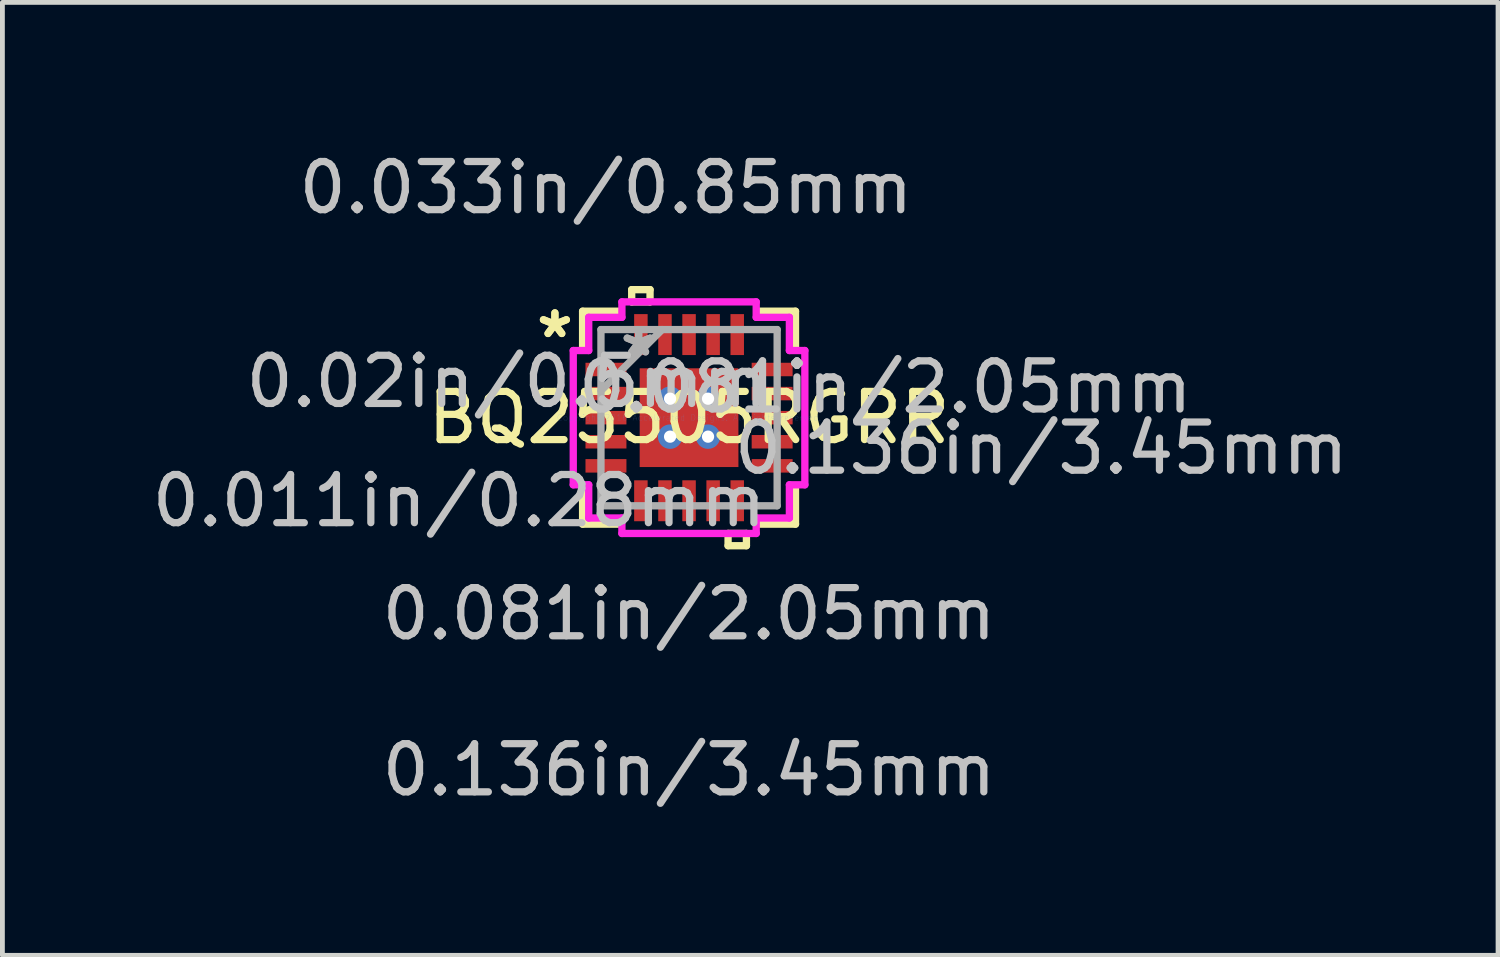
<source format=kicad_pcb>
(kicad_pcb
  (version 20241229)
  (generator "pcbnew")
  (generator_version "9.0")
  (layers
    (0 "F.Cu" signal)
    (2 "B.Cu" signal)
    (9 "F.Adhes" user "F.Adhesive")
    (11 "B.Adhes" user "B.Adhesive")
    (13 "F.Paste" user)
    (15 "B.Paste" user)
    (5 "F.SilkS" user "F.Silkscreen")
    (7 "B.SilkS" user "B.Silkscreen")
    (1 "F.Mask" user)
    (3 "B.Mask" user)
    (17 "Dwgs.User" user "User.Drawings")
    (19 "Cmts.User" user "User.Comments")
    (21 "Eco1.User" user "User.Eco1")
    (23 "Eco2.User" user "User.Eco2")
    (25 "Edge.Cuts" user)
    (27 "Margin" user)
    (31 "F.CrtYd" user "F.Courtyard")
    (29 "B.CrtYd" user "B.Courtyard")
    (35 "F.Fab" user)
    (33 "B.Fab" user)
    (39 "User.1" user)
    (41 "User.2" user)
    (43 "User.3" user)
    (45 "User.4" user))
  (footprint "BQ25505RGRR"
    (layer "F.Cu")
    (at 11.255 5.621)
    (property "Reference" "BQ25505RGRR" (at 0 0 0) (layer "F.SilkS") (effects (font (size 1 1) (thickness 0.15))))
    (attr through_hole)
    (fp_line (start -1.089 -1.089) (end -0.594 -1.089) (stroke (width 0.152) (type solid)) (layer "F.Mask"))
    (fp_line (start -1.089 -1.089) (end 1.089 -1.089) (stroke (width 0.152) (type solid)) (layer "F.Mask"))
    (fp_line (start -1.089 -0.594) (end -1.089 -1.089) (stroke (width 0.152) (type solid)) (layer "F.Mask"))
    (fp_line (start -1.089 -0.194) (end 1.089 -0.194) (stroke (width 0.152) (type solid)) (layer "F.Mask"))
    (fp_line (start -1.089 0.194) (end -1.089 -0.194) (stroke (width 0.152) (type solid)) (layer "F.Mask"))
    (fp_line (start -1.089 0.594) (end 1.089 0.594) (stroke (width 0.152) (type solid)) (layer "F.Mask"))
    (fp_line (start -1.089 1.089) (end -1.089 -1.089) (stroke (width 0.152) (type solid)) (layer "F.Mask"))
    (fp_line (start -1.089 1.089) (end -1.089 0.594) (stroke (width 0.152) (type solid)) (layer "F.Mask"))
    (fp_line (start -0.594 -1.089) (end -0.594 1.089) (stroke (width 0.152) (type solid)) (layer "F.Mask"))
    (fp_line (start -0.594 1.089) (end -1.089 1.089) (stroke (width 0.152) (type solid)) (layer "F.Mask"))
    (fp_line (start -0.194 -1.089) (end -0.194 1.089) (stroke (width 0.152) (type solid)) (layer "F.Mask"))
    (fp_line (start -0.194 1.089) (end 0.194 1.089) (stroke (width 0.152) (type solid)) (layer "F.Mask"))
    (fp_line (start 0.194 -1.089) (end -0.194 -1.089) (stroke (width 0.152) (type solid)) (layer "F.Mask"))
    (fp_line (start 0.194 1.089) (end 0.194 -1.089) (stroke (width 0.152) (type solid)) (layer "F.Mask"))
    (fp_line (start 0.594 -1.089) (end 1.089 -1.089) (stroke (width 0.152) (type solid)) (layer "F.Mask"))
    (fp_line (start 0.594 1.089) (end 0.594 -1.089) (stroke (width 0.152) (type solid)) (layer "F.Mask"))
    (fp_line (start 1.089 -1.089) (end 1.089 -0.594) (stroke (width 0.152) (type solid)) (layer "F.Mask"))
    (fp_line (start 1.089 -1.089) (end 1.089 1.089) (stroke (width 0.152) (type solid)) (layer "F.Mask"))
    (fp_line (start 1.089 -0.594) (end -1.089 -0.594) (stroke (width 0.152) (type solid)) (layer "F.Mask"))
    (fp_line (start 1.089 -0.194) (end 1.089 0.194) (stroke (width 0.152) (type solid)) (layer "F.Mask"))
    (fp_line (start 1.089 0.194) (end -1.089 0.194) (stroke (width 0.152) (type solid)) (layer "F.Mask"))
    (fp_line (start 1.089 0.594) (end 1.089 1.089) (stroke (width 0.152) (type solid)) (layer "F.Mask"))
    (fp_line (start 1.089 1.089) (end -1.089 1.089) (stroke (width 0.152) (type solid)) (layer "F.Mask"))
    (fp_line (start 1.089 1.089) (end 0.594 1.089) (stroke (width 0.152) (type solid)) (layer "F.Mask"))
    (fp_line (start -2.21 -2.21) (end -2.21 -1.467) (stroke (width 0.152) (type solid)) (layer "F.SilkS"))
    (fp_line (start -2.21 1.467) (end -2.21 2.21) (stroke (width 0.152) (type solid)) (layer "F.SilkS"))
    (fp_line (start -2.21 2.21) (end -1.468 2.21) (stroke (width 0.152) (type solid)) (layer "F.SilkS"))
    (fp_line (start -1.468 -2.21) (end -2.21 -2.21) (stroke (width 0.152) (type solid)) (layer "F.SilkS"))
    (fp_line (start -1.191 -2.658) (end -0.81 -2.658) (stroke (width 0.152) (type solid)) (layer "F.SilkS"))
    (fp_line (start -1.191 -2.404) (end -1.191 -2.658) (stroke (width 0.152) (type solid)) (layer "F.SilkS"))
    (fp_line (start -0.81 -2.658) (end -0.81 -2.404) (stroke (width 0.152) (type solid)) (layer "F.SilkS"))
    (fp_line (start -0.81 -2.404) (end -1.191 -2.404) (stroke (width 0.152) (type solid)) (layer "F.SilkS"))
    (fp_line (start 0.81 2.404) (end 0.81 2.658) (stroke (width 0.152) (type solid)) (layer "F.SilkS"))
    (fp_line (start 0.81 2.658) (end 1.191 2.658) (stroke (width 0.152) (type solid)) (layer "F.SilkS"))
    (fp_line (start 1.191 2.404) (end 0.81 2.404) (stroke (width 0.152) (type solid)) (layer "F.SilkS"))
    (fp_line (start 1.191 2.658) (end 1.191 2.404) (stroke (width 0.152) (type solid)) (layer "F.SilkS"))
    (fp_line (start 1.468 2.21) (end 2.21 2.21) (stroke (width 0.152) (type solid)) (layer "F.SilkS"))
    (fp_line (start 2.21 -2.21) (end 1.468 -2.21) (stroke (width 0.152) (type solid)) (layer "F.SilkS"))
    (fp_line (start 2.21 -1.467) (end 2.21 -2.21) (stroke (width 0.152) (type solid)) (layer "F.SilkS"))
    (fp_line (start 2.21 2.21) (end 2.21 1.467) (stroke (width 0.152) (type solid)) (layer "F.SilkS"))
    (fp_line (start -0.95 -0.95) (end -0.95 -0.494) (stroke (width 0.152) (type solid)) (layer "F.Paste"))
    (fp_line (start -0.95 -0.494) (end -0.635 -0.494) (stroke (width 0.152) (type solid)) (layer "F.Paste"))
    (fp_line (start -0.95 -0.294) (end -0.95 0.294) (stroke (width 0.152) (type solid)) (layer "F.Paste"))
    (fp_line (start -0.95 0.294) (end -0.635 0.294) (stroke (width 0.152) (type solid)) (layer "F.Paste"))
    (fp_line (start -0.95 0.494) (end -0.95 0.95) (stroke (width 0.152) (type solid)) (layer "F.Paste"))
    (fp_line (start -0.95 0.95) (end -0.494 0.95) (stroke (width 0.152) (type solid)) (layer "F.Paste"))
    (fp_line (start -0.635 -0.494) (end -0.635 -0.494) (stroke (width 0.152) (type solid)) (layer "F.Paste"))
    (fp_line (start -0.635 -0.494) (end -0.494 -0.635) (stroke (width 0.152) (type solid)) (layer "F.Paste"))
    (fp_line (start -0.635 -0.294) (end -0.95 -0.294) (stroke (width 0.152) (type solid)) (layer "F.Paste"))
    (fp_line (start -0.635 -0.294) (end -0.635 -0.294) (stroke (width 0.152) (type solid)) (layer "F.Paste"))
    (fp_line (start -0.635 0.294) (end -0.635 0.294) (stroke (width 0.152) (type solid)) (layer "F.Paste"))
    (fp_line (start -0.635 0.294) (end -0.494 0.152) (stroke (width 0.152) (type solid)) (layer "F.Paste"))
    (fp_line (start -0.635 0.494) (end -0.95 0.494) (stroke (width 0.152) (type solid)) (layer "F.Paste"))
    (fp_line (start -0.635 0.494) (end -0.635 0.494) (stroke (width 0.152) (type solid)) (layer "F.Paste"))
    (fp_line (start -0.494 -0.95) (end -0.95 -0.95) (stroke (width 0.152) (type solid)) (layer "F.Paste"))
    (fp_line (start -0.494 -0.635) (end -0.494 -0.95) (stroke (width 0.152) (type solid)) (layer "F.Paste"))
    (fp_line (start -0.494 -0.635) (end -0.494 -0.635) (stroke (width 0.152) (type solid)) (layer "F.Paste"))
    (fp_line (start -0.494 -0.152) (end -0.635 -0.294) (stroke (width 0.152) (type solid)) (layer "F.Paste"))
    (fp_line (start -0.494 -0.152) (end -0.494 -0.152) (stroke (width 0.152) (type solid)) (layer "F.Paste"))
    (fp_line (start -0.494 0.152) (end -0.494 -0.152) (stroke (width 0.152) (type solid)) (layer "F.Paste"))
    (fp_line (start -0.494 0.152) (end -0.494 0.152) (stroke (width 0.152) (type solid)) (layer "F.Paste"))
    (fp_line (start -0.494 0.635) (end -0.635 0.494) (stroke (width 0.152) (type solid)) (layer "F.Paste"))
    (fp_line (start -0.494 0.635) (end -0.494 0.635) (stroke (width 0.152) (type solid)) (layer "F.Paste"))
    (fp_line (start -0.494 0.95) (end -0.494 0.635) (stroke (width 0.152) (type solid)) (layer "F.Paste"))
    (fp_line (start -0.294 -0.95) (end -0.294 -0.635) (stroke (width 0.152) (type solid)) (layer "F.Paste"))
    (fp_line (start -0.294 -0.635) (end -0.294 -0.635) (stroke (width 0.152) (type solid)) (layer "F.Paste"))
    (fp_line (start -0.294 -0.635) (end -0.152 -0.494) (stroke (width 0.152) (type solid)) (layer "F.Paste"))
    (fp_line (start -0.294 -0.152) (end -0.294 -0.152) (stroke (width 0.152) (type solid)) (layer "F.Paste"))
    (fp_line (start -0.294 -0.152) (end -0.294 0.152) (stroke (width 0.152) (type solid)) (layer "F.Paste"))
    (fp_line (start -0.294 0.152) (end -0.294 0.152) (stroke (width 0.152) (type solid)) (layer "F.Paste"))
    (fp_line (start -0.294 0.152) (end -0.152 0.294) (stroke (width 0.152) (type solid)) (layer "F.Paste"))
    (fp_line (start -0.294 0.635) (end -0.294 0.635) (stroke (width 0.152) (type solid)) (layer "F.Paste"))
    (fp_line (start -0.294 0.635) (end -0.294 0.95) (stroke (width 0.152) (type solid)) (layer "F.Paste"))
    (fp_line (start -0.294 0.95) (end 0.294 0.95) (stroke (width 0.152) (type solid)) (layer "F.Paste"))
    (fp_line (start -0.152 -0.494) (end -0.152 -0.494) (stroke (width 0.152) (type solid)) (layer "F.Paste"))
    (fp_line (start -0.152 -0.494) (end 0.152 -0.494) (stroke (width 0.152) (type solid)) (layer "F.Paste"))
    (fp_line (start -0.152 -0.294) (end -0.294 -0.152) (stroke (width 0.152) (type solid)) (layer "F.Paste"))
    (fp_line (start -0.152 -0.294) (end -0.152 -0.294) (stroke (width 0.152) (type solid)) (layer "F.Paste"))
    (fp_line (start -0.152 0.294) (end -0.152 0.294) (stroke (width 0.152) (type solid)) (layer "F.Paste"))
    (fp_line (start -0.152 0.294) (end 0.152 0.294) (stroke (width 0.152) (type solid)) (layer "F.Paste"))
    (fp_line (start -0.152 0.494) (end -0.294 0.635) (stroke (width 0.152) (type solid)) (layer "F.Paste"))
    (fp_line (start -0.152 0.494) (end -0.152 0.494) (stroke (width 0.152) (type solid)) (layer "F.Paste"))
    (fp_line (start 0.152 -0.494) (end 0.152 -0.494) (stroke (width 0.152) (type solid)) (layer "F.Paste"))
    (fp_line (start 0.152 -0.494) (end 0.294 -0.635) (stroke (width 0.152) (type solid)) (layer "F.Paste"))
    (fp_line (start 0.152 -0.294) (end -0.152 -0.294) (stroke (width 0.152) (type solid)) (layer "F.Paste"))
    (fp_line (start 0.152 -0.294) (end 0.152 -0.294) (stroke (width 0.152) (type solid)) (layer "F.Paste"))
    (fp_line (start 0.152 0.294) (end 0.152 0.294) (stroke (width 0.152) (type solid)) (layer "F.Paste"))
    (fp_line (start 0.152 0.294) (end 0.294 0.152) (stroke (width 0.152) (type solid)) (layer "F.Paste"))
    (fp_line (start 0.152 0.494) (end -0.152 0.494) (stroke (width 0.152) (type solid)) (layer "F.Paste"))
    (fp_line (start 0.152 0.494) (end 0.152 0.494) (stroke (width 0.152) (type solid)) (layer "F.Paste"))
    (fp_line (start 0.294 -0.95) (end -0.294 -0.95) (stroke (width 0.152) (type solid)) (layer "F.Paste"))
    (fp_line (start 0.294 -0.635) (end 0.294 -0.95) (stroke (width 0.152) (type solid)) (layer "F.Paste"))
    (fp_line (start 0.294 -0.635) (end 0.294 -0.635) (stroke (width 0.152) (type solid)) (layer "F.Paste"))
    (fp_line (start 0.294 -0.152) (end 0.152 -0.294) (stroke (width 0.152) (type solid)) (layer "F.Paste"))
    (fp_line (start 0.294 -0.152) (end 0.294 -0.152) (stroke (width 0.152) (type solid)) (layer "F.Paste"))
    (fp_line (start 0.294 0.152) (end 0.294 -0.152) (stroke (width 0.152) (type solid)) (layer "F.Paste"))
    (fp_line (start 0.294 0.152) (end 0.294 0.152) (stroke (width 0.152) (type solid)) (layer "F.Paste"))
    (fp_line (start 0.294 0.635) (end 0.152 0.494) (stroke (width 0.152) (type solid)) (layer "F.Paste"))
    (fp_line (start 0.294 0.635) (end 0.294 0.635) (stroke (width 0.152) (type solid)) (layer "F.Paste"))
    (fp_line (start 0.294 0.95) (end 0.294 0.635) (stroke (width 0.152) (type solid)) (layer "F.Paste"))
    (fp_line (start 0.494 -0.95) (end 0.494 -0.635) (stroke (width 0.152) (type solid)) (layer "F.Paste"))
    (fp_line (start 0.494 -0.635) (end 0.494 -0.635) (stroke (width 0.152) (type solid)) (layer "F.Paste"))
    (fp_line (start 0.494 -0.635) (end 0.635 -0.494) (stroke (width 0.152) (type solid)) (layer "F.Paste"))
    (fp_line (start 0.494 -0.152) (end 0.494 -0.152) (stroke (width 0.152) (type solid)) (layer "F.Paste"))
    (fp_line (start 0.494 -0.152) (end 0.494 0.152) (stroke (width 0.152) (type solid)) (layer "F.Paste"))
    (fp_line (start 0.494 0.152) (end 0.494 0.152) (stroke (width 0.152) (type solid)) (layer "F.Paste"))
    (fp_line (start 0.494 0.152) (end 0.635 0.294) (stroke (width 0.152) (type solid)) (layer "F.Paste"))
    (fp_line (start 0.494 0.635) (end 0.494 0.635) (stroke (width 0.152) (type solid)) (layer "F.Paste"))
    (fp_line (start 0.494 0.635) (end 0.494 0.95) (stroke (width 0.152) (type solid)) (layer "F.Paste"))
    (fp_line (start 0.494 0.95) (end 0.95 0.95) (stroke (width 0.152) (type solid)) (layer "F.Paste"))
    (fp_line (start 0.635 -0.494) (end 0.635 -0.494) (stroke (width 0.152) (type solid)) (layer "F.Paste"))
    (fp_line (start 0.635 -0.494) (end 0.95 -0.494) (stroke (width 0.152) (type solid)) (layer "F.Paste"))
    (fp_line (start 0.635 -0.294) (end 0.494 -0.152) (stroke (width 0.152) (type solid)) (layer "F.Paste"))
    (fp_line (start 0.635 -0.294) (end 0.635 -0.294) (stroke (width 0.152) (type solid)) (layer "F.Paste"))
    (fp_line (start 0.635 0.294) (end 0.635 0.294) (stroke (width 0.152) (type solid)) (layer "F.Paste"))
    (fp_line (start 0.635 0.294) (end 0.95 0.294) (stroke (width 0.152) (type solid)) (layer "F.Paste"))
    (fp_line (start 0.635 0.494) (end 0.494 0.635) (stroke (width 0.152) (type solid)) (layer "F.Paste"))
    (fp_line (start 0.635 0.494) (end 0.635 0.494) (stroke (width 0.152) (type solid)) (layer "F.Paste"))
    (fp_line (start 0.95 -0.95) (end 0.494 -0.95) (stroke (width 0.152) (type solid)) (layer "F.Paste"))
    (fp_line (start 0.95 -0.494) (end 0.95 -0.95) (stroke (width 0.152) (type solid)) (layer "F.Paste"))
    (fp_line (start 0.95 -0.294) (end 0.635 -0.294) (stroke (width 0.152) (type solid)) (layer "F.Paste"))
    (fp_line (start 0.95 0.294) (end 0.95 -0.294) (stroke (width 0.152) (type solid)) (layer "F.Paste"))
    (fp_line (start 0.95 0.494) (end 0.635 0.494) (stroke (width 0.152) (type solid)) (layer "F.Paste"))
    (fp_line (start 0.95 0.95) (end 0.95 0.494) (stroke (width 0.152) (type solid)) (layer "F.Paste"))
    (fp_line (start -2.404 -1.394) (end -2.083 -1.394) (stroke (width 0.152) (type solid)) (layer "F.CrtYd"))
    (fp_line (start -2.404 1.394) (end -2.404 -1.394) (stroke (width 0.152) (type solid)) (layer "F.CrtYd"))
    (fp_line (start -2.083 -2.083) (end -1.394 -2.083) (stroke (width 0.152) (type solid)) (layer "F.CrtYd"))
    (fp_line (start -2.083 -1.394) (end -2.083 -2.083) (stroke (width 0.152) (type solid)) (layer "F.CrtYd"))
    (fp_line (start -2.083 1.394) (end -2.404 1.394) (stroke (width 0.152) (type solid)) (layer "F.CrtYd"))
    (fp_line (start -2.083 2.083) (end -2.083 1.394) (stroke (width 0.152) (type solid)) (layer "F.CrtYd"))
    (fp_line (start -1.394 -2.404) (end 1.394 -2.404) (stroke (width 0.152) (type solid)) (layer "F.CrtYd"))
    (fp_line (start -1.394 -2.083) (end -1.394 -2.404) (stroke (width 0.152) (type solid)) (layer "F.CrtYd"))
    (fp_line (start -1.394 2.083) (end -2.083 2.083) (stroke (width 0.152) (type solid)) (layer "F.CrtYd"))
    (fp_line (start -1.394 2.404) (end -1.394 2.083) (stroke (width 0.152) (type solid)) (layer "F.CrtYd"))
    (fp_line (start 1.394 -2.404) (end 1.394 -2.083) (stroke (width 0.152) (type solid)) (layer "F.CrtYd"))
    (fp_line (start 1.394 -2.083) (end 2.083 -2.083) (stroke (width 0.152) (type solid)) (layer "F.CrtYd"))
    (fp_line (start 1.394 2.083) (end 1.394 2.404) (stroke (width 0.152) (type solid)) (layer "F.CrtYd"))
    (fp_line (start 1.394 2.404) (end -1.394 2.404) (stroke (width 0.152) (type solid)) (layer "F.CrtYd"))
    (fp_line (start 2.083 -2.083) (end 2.083 -1.394) (stroke (width 0.152) (type solid)) (layer "F.CrtYd"))
    (fp_line (start 2.083 -1.394) (end 2.404 -1.394) (stroke (width 0.152) (type solid)) (layer "F.CrtYd"))
    (fp_line (start 2.083 1.394) (end 2.083 2.083) (stroke (width 0.152) (type solid)) (layer "F.CrtYd"))
    (fp_line (start 2.083 2.083) (end 1.394 2.083) (stroke (width 0.152) (type solid)) (layer "F.CrtYd"))
    (fp_line (start 2.404 -1.394) (end 2.404 1.394) (stroke (width 0.152) (type solid)) (layer "F.CrtYd"))
    (fp_line (start 2.404 1.394) (end 2.083 1.394) (stroke (width 0.152) (type solid)) (layer "F.CrtYd"))
    (fp_line (start -1.829 -1.829) (end -1.829 1.829) (stroke (width 0.152) (type solid)) (layer "F.Fab"))
    (fp_line (start -1.829 -0.559) (end -0.559 -1.829) (stroke (width 0.152) (type solid)) (layer "F.Fab"))
    (fp_line (start -1.829 1.829) (end 1.829 1.829) (stroke (width 0.152) (type solid)) (layer "F.Fab"))
    (fp_line (start 1.829 -1.829) (end -1.829 -1.829) (stroke (width 0.152) (type solid)) (layer "F.Fab"))
    (fp_line (start 1.829 1.829) (end 1.829 -1.829) (stroke (width 0.152) (type solid)) (layer "F.Fab"))
    (fp_text user "*" (at -2.785 -1.631 0) (layer "F.SilkS") (effects (font (size 1 1) (thickness 0.15))))
    (fp_text user "*" (at -2.785 -1.631 0) (layer "F.SilkS") (effects (font (size 1 1) (thickness 0.15))))
    (fp_text user "0.136in/3.45mm" (at 0 7.313 0) (layer "Dwgs.User") (effects (font (size 1 1) (thickness 0.15))))
    (fp_text user "0.081in/2.05mm" (at 4.073 -0.635 0) (layer "Dwgs.User") (effects (font (size 1 1) (thickness 0.15))))
    (fp_text user "0.136in/3.45mm" (at 7.313 0.635 0) (layer "Dwgs.User") (effects (font (size 1 1) (thickness 0.15))))
    (fp_text user "0.011in/0.28mm" (at -4.773 1.725 0) (layer "Dwgs.User") (effects (font (size 1 1) (thickness 0.15))))
    (fp_text user "0.081in/2.05mm" (at 0 4.073 0) (layer "Dwgs.User") (effects (font (size 1 1) (thickness 0.15))))
    (fp_text user "0.02in/0.5mm" (at -3.778 -0.75 0) (layer "Dwgs.User") (effects (font (size 1 1) (thickness 0.15))))
    (fp_text user "0.033in/0.85mm" (at -1.725 -4.773 0) (layer "Dwgs.User") (effects (font (size 1 1) (thickness 0.15))))
    (fp_text user "Copyright 2016 Accelerated Designs. All rights reserved." (at 0 0 0) (layer "Cmts.User") (effects (font (size 0.127 0.127) (thickness 0.002))))
    (fp_text user "*" (at -1.046 -1.25 0) (layer "F.Fab") (effects (font (size 1 1) (thickness 0.15))))
    (fp_text user "*" (at -1.046 -1.25 0) (layer "F.Fab") (effects (font (size 1 1) (thickness 0.15))))
    (pad "1" smd rect (at -1.725 -1 90) (size 0.28 0.85) (layers "F.Cu" "F.Mask" "F.Paste"))
    (pad "2" smd rect (at -1.725 -0.5 90) (size 0.28 0.85) (layers "F.Cu" "F.Mask" "F.Paste"))
    (pad "3" smd rect (at -1.725 0 90) (size 0.28 0.85) (layers "F.Cu" "F.Mask" "F.Paste"))
    (pad "4" smd rect (at -1.725 0.5 90) (size 0.28 0.85) (layers "F.Cu" "F.Mask" "F.Paste"))
    (pad "5" smd rect (at -1.725 1 90) (size 0.28 0.85) (layers "F.Cu" "F.Mask" "F.Paste"))
    (pad "6" smd rect (at -1 1.725) (size 0.28 0.85) (layers "F.Cu" "F.Mask" "F.Paste"))
    (pad "7" smd rect (at -0.5 1.725) (size 0.28 0.85) (layers "F.Cu" "F.Mask" "F.Paste"))
    (pad "8" smd rect (at 0 1.725) (size 0.28 0.85) (layers "F.Cu" "F.Mask" "F.Paste"))
    (pad "9" smd rect (at 0.5 1.725) (size 0.28 0.85) (layers "F.Cu" "F.Mask" "F.Paste"))
    (pad "10" smd rect (at 1 1.725) (size 0.28 0.85) (layers "F.Cu" "F.Mask" "F.Paste"))
    (pad "11" smd rect (at 1.725 1 90) (size 0.28 0.85) (layers "F.Cu" "F.Mask" "F.Paste"))
    (pad "12" smd rect (at 1.725 0.5 90) (size 0.28 0.85) (layers "F.Cu" "F.Mask" "F.Paste"))
    (pad "13" smd rect (at 1.725 0 90) (size 0.28 0.85) (layers "F.Cu" "F.Mask" "F.Paste"))
    (pad "14" smd rect (at 1.725 -0.5 90) (size 0.28 0.85) (layers "F.Cu" "F.Mask" "F.Paste"))
    (pad "15" smd rect (at 1.725 -1 90) (size 0.28 0.85) (layers "F.Cu" "F.Mask" "F.Paste"))
    (pad "16" smd rect (at 1 -1.725) (size 0.28 0.85) (layers "F.Cu" "F.Mask" "F.Paste"))
    (pad "17" smd rect (at 0.5 -1.725) (size 0.28 0.85) (layers "F.Cu" "F.Mask" "F.Paste"))
    (pad "18" smd rect (at 0 -1.725) (size 0.28 0.85) (layers "F.Cu" "F.Mask" "F.Paste"))
    (pad "19" smd rect (at -0.5 -1.725) (size 0.28 0.85) (layers "F.Cu" "F.Mask" "F.Paste"))
    (pad "20" smd rect (at -1 -1.725) (size 0.28 0.85) (layers "F.Cu" "F.Mask" "F.Paste"))
    (pad "21" smd rect (at 0 0) (size 2.05 2.05) (layers "F.Cu" "F.Mask" "F.Paste"))
    (pad "V" thru_hole circle (at -0.394 -0.394) (size 0.508 0.508) (drill 0.254) (layers "*.Cu" "*.Mask"))
    (pad "V" thru_hole circle (at -0.394 0.394) (size 0.508 0.508) (drill 0.254) (layers "*.Cu" "*.Mask"))
    (pad "V" thru_hole circle (at 0.394 -0.394) (size 0.508 0.508) (drill 0.254) (layers "*.Cu" "*.Mask"))
    (pad "V" thru_hole circle (at 0.394 0.394) (size 0.508 0.508) (drill 0.254) (layers "*.Cu" "*.Mask")))
  (gr_rect
    (start -3 -3)
    (end 28.05 16.783)
    (stroke (width 0.1) (type default))
    (fill no)
    (layer "Edge.Cuts")))
</source>
